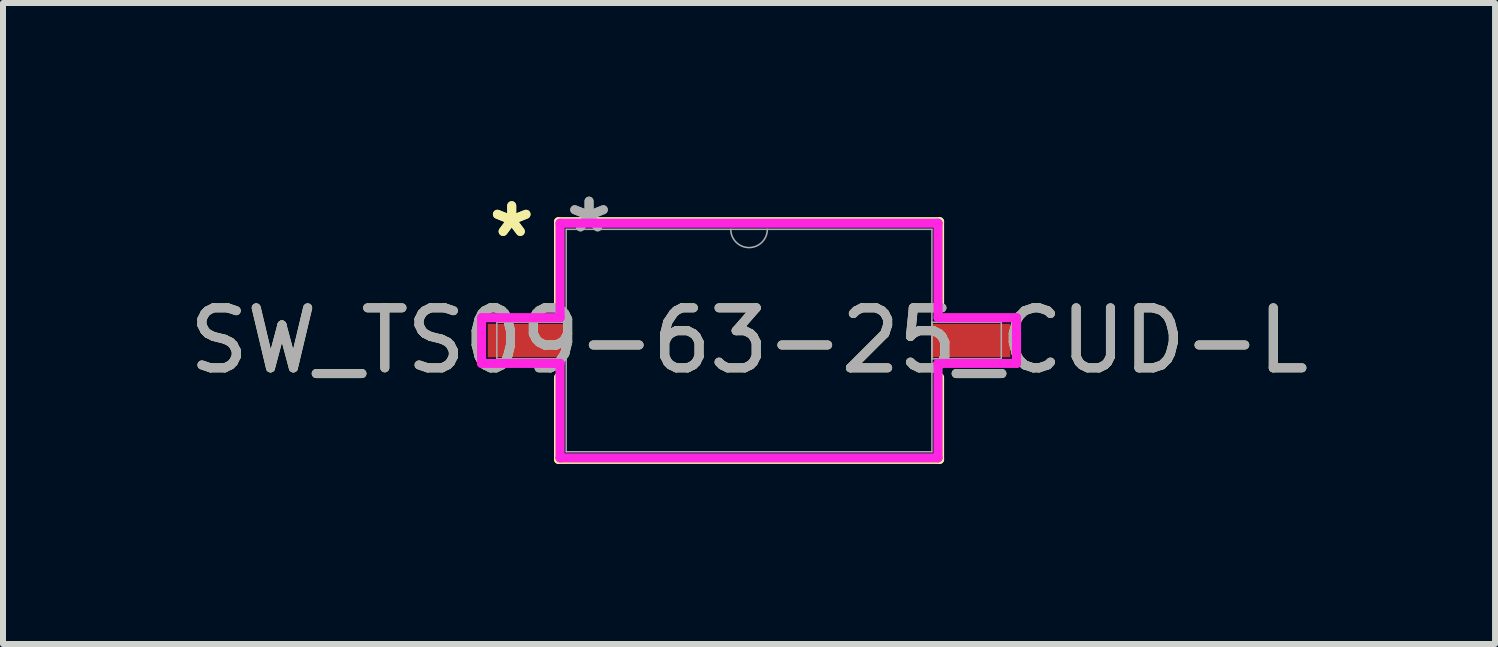
<source format=kicad_pcb>
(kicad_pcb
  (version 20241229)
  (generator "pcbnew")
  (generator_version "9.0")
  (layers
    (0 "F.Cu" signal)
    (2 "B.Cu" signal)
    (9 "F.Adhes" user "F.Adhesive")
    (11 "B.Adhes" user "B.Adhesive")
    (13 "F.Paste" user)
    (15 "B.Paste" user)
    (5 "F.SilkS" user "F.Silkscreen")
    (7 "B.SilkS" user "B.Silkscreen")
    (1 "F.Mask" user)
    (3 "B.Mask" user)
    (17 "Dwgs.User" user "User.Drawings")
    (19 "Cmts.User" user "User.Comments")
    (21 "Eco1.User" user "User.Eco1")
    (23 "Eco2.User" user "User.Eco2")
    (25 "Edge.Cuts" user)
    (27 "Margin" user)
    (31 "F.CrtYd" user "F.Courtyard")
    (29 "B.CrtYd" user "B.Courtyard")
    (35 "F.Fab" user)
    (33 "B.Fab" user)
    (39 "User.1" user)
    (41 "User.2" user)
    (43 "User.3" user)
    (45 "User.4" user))
  (footprint "SW_TS09-63-25_CUD-L"
    (layer "F.Cu")
    (at 9.435 2.626)
    (property "Reference" "SW_TS09-63-25_CUD-L" (at 0 0 0) (unlocked yes) (layer "F.SilkS") (effects (font (size 1 1) (thickness 0.15))))
    (attr smd)
    (fp_line (start -3.175 -1.981) (end -3.175 -0.612) (stroke (width 0.152) (type solid)) (layer "F.SilkS"))
    (fp_line (start -3.175 0.612) (end -3.175 1.981) (stroke (width 0.152) (type solid)) (layer "F.SilkS"))
    (fp_line (start -3.175 1.981) (end 3.175 1.981) (stroke (width 0.152) (type solid)) (layer "F.SilkS"))
    (fp_line (start 3.175 -1.981) (end -3.175 -1.981) (stroke (width 0.152) (type solid)) (layer "F.SilkS"))
    (fp_line (start 3.175 -0.612) (end 3.175 -1.981) (stroke (width 0.152) (type solid)) (layer "F.SilkS"))
    (fp_line (start 3.175 1.981) (end 3.175 0.612) (stroke (width 0.152) (type solid)) (layer "F.SilkS"))
    (fp_line (start -4.458 -0.381) (end -3.15 -0.381) (stroke (width 0.152) (type solid)) (layer "F.CrtYd"))
    (fp_line (start -4.458 0.381) (end -4.458 -0.381) (stroke (width 0.152) (type solid)) (layer "F.CrtYd"))
    (fp_line (start -4.458 0.381) (end -3.15 0.381) (stroke (width 0.152) (type solid)) (layer "F.CrtYd"))
    (fp_line (start -3.15 -1.956) (end 3.15 -1.956) (stroke (width 0.152) (type solid)) (layer "F.CrtYd"))
    (fp_line (start -3.15 -0.381) (end -3.15 -1.956) (stroke (width 0.152) (type solid)) (layer "F.CrtYd"))
    (fp_line (start -3.15 1.956) (end -3.15 0.381) (stroke (width 0.152) (type solid)) (layer "F.CrtYd"))
    (fp_line (start 3.15 -1.956) (end 3.15 -0.381) (stroke (width 0.152) (type solid)) (layer "F.CrtYd"))
    (fp_line (start 3.15 0.381) (end 3.15 1.956) (stroke (width 0.152) (type solid)) (layer "F.CrtYd"))
    (fp_line (start 3.15 1.956) (end -3.15 1.956) (stroke (width 0.152) (type solid)) (layer "F.CrtYd"))
    (fp_line (start 4.458 -0.381) (end 3.15 -0.381) (stroke (width 0.152) (type solid)) (layer "F.CrtYd"))
    (fp_line (start 4.458 -0.381) (end 4.458 0.381) (stroke (width 0.152) (type solid)) (layer "F.CrtYd"))
    (fp_line (start 4.458 0.381) (end 3.15 0.381) (stroke (width 0.152) (type solid)) (layer "F.CrtYd"))
    (fp_line (start -4.204 -0.305) (end -4.204 0.305) (stroke (width 0.025) (type solid)) (layer "F.Fab"))
    (fp_line (start -4.204 0.305) (end -3.048 0.305) (stroke (width 0.025) (type solid)) (layer "F.Fab"))
    (fp_line (start -3.048 -1.854) (end -3.048 1.854) (stroke (width 0.025) (type solid)) (layer "F.Fab"))
    (fp_line (start -3.048 -0.305) (end -4.204 -0.305) (stroke (width 0.025) (type solid)) (layer "F.Fab"))
    (fp_line (start -3.048 0.305) (end -3.048 -0.305) (stroke (width 0.025) (type solid)) (layer "F.Fab"))
    (fp_line (start -3.048 1.854) (end 3.048 1.854) (stroke (width 0.025) (type solid)) (layer "F.Fab"))
    (fp_line (start 3.048 -1.854) (end -3.048 -1.854) (stroke (width 0.025) (type solid)) (layer "F.Fab"))
    (fp_line (start 3.048 -0.305) (end 3.048 0.305) (stroke (width 0.025) (type solid)) (layer "F.Fab"))
    (fp_line (start 3.048 0.305) (end 4.204 0.305) (stroke (width 0.025) (type solid)) (layer "F.Fab"))
    (fp_line (start 3.048 1.854) (end 3.048 -1.854) (stroke (width 0.025) (type solid)) (layer "F.Fab"))
    (fp_line (start 4.204 -0.305) (end 3.048 -0.305) (stroke (width 0.025) (type solid)) (layer "F.Fab"))
    (fp_line (start 4.204 0.305) (end 4.204 -0.305) (stroke (width 0.025) (type solid)) (layer "F.Fab"))
    (fp_arc (start 0.3048 -1.8542) (mid 0 -1.5494) (end -0.3048 -1.8542) (stroke (width 0.0254) (type solid)) (layer "F.Fab"))
    (fp_text user "*" (at -3.956 -1.702 0) (layer "F.SilkS") (effects (font (size 1 1) (thickness 0.15))))
    (fp_text user "*" (at -3.956 -1.702 0) (unlocked yes) (layer "F.SilkS") (effects (font (size 1 1) (thickness 0.15))))
    (fp_text user "*" (at -2.667 -1.778 0) (unlocked yes) (layer "F.Fab") (effects (font (size 1 1) (thickness 0.15))))
    (fp_text user "*" (at -2.667 -1.778 0) (layer "F.Fab") (effects (font (size 1 1) (thickness 0.15))))
    (fp_text user "${REFERENCE}" (at 0 0 0) (unlocked yes) (layer "F.Fab") (effects (font (size 1 1) (thickness 0.15))))
    (pad "1" smd rect (at -3.702 0) (size 1.308 0.559) (layers "F.Cu" "F.Mask" "F.Paste"))
    (pad "2" smd rect (at 3.702 0) (size 1.308 0.559) (layers "F.Cu" "F.Mask" "F.Paste")))
  (gr_rect
    (start -3 -3)
    (end 21.869 7.684)
    (stroke (width 0.1) (type default))
    (fill no)
    (layer "Edge.Cuts")))
</source>
